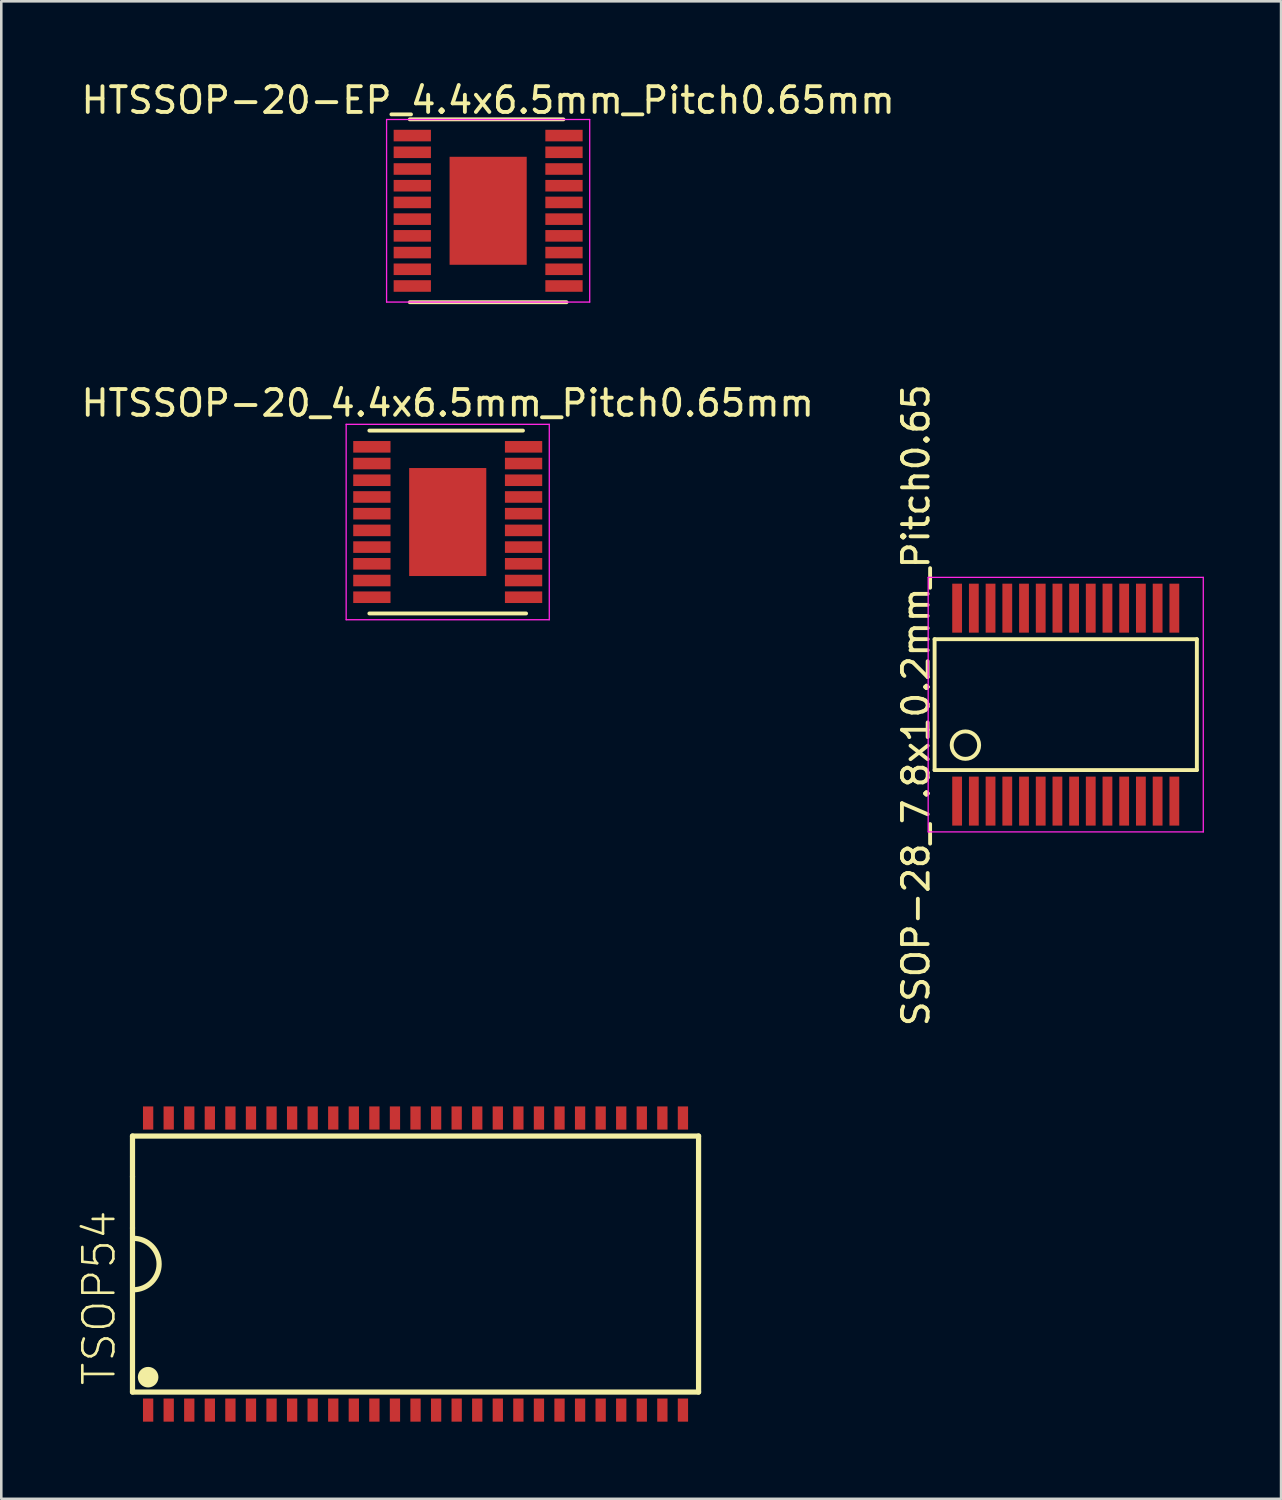
<source format=kicad_pcb>
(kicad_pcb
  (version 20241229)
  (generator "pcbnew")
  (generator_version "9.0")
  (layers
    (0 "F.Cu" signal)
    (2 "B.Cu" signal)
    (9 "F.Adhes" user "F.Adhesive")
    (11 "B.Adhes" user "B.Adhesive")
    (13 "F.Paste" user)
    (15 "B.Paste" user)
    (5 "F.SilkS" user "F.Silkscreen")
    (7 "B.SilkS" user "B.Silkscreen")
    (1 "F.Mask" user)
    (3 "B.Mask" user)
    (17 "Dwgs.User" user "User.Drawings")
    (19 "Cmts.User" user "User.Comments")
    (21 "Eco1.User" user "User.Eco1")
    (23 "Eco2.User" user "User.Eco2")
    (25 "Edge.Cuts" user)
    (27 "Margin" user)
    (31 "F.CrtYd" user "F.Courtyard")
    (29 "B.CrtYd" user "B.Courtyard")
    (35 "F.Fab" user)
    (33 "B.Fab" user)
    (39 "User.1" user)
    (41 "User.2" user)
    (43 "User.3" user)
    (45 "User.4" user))
  (footprint "HTSSOP-20_4.4x6.5mm_Pitch0.65mm"
    (layer "F.Cu")
    (at 14.363 17.253)
    (property "Reference" "HTSSOP-20_4.4x6.5mm_Pitch0.65mm" (at 0 -4.625 0) (layer "F.SilkS") (effects (font (size 1 1) (thickness 0.15))))
    (attr smd)
    (fp_line (start -3.048 -3.556) (end 2.927 -3.556) (stroke (width 0.15) (type solid)) (layer "F.SilkS"))
    (fp_line (start -3.048 3.556) (end 3.048 3.556) (stroke (width 0.15) (type solid)) (layer "F.SilkS"))
    (fp_line (start -3.95 -3.8) (end -3.95 3.8) (stroke (width 0.05) (type solid)) (layer "F.CrtYd"))
    (fp_line (start -3.95 -3.8) (end 3.95 -3.8) (stroke (width 0.05) (type solid)) (layer "F.CrtYd"))
    (fp_line (start -3.95 3.8) (end 3.95 3.8) (stroke (width 0.05) (type solid)) (layer "F.CrtYd"))
    (fp_line (start 3.95 -3.8) (end 3.95 3.8) (stroke (width 0.05) (type solid)) (layer "F.CrtYd"))
    (pad "1" smd rect (at -2.95 -2.925) (size 1.45 0.45) (layers "F.Cu" "F.Mask" "F.Paste"))
    (pad "2" smd rect (at -2.95 -2.275) (size 1.45 0.45) (layers "F.Cu" "F.Mask" "F.Paste"))
    (pad "3" smd rect (at -2.95 -1.625) (size 1.45 0.45) (layers "F.Cu" "F.Mask" "F.Paste"))
    (pad "4" smd rect (at -2.95 -0.975) (size 1.45 0.45) (layers "F.Cu" "F.Mask" "F.Paste"))
    (pad "5" smd rect (at -2.95 -0.325) (size 1.45 0.45) (layers "F.Cu" "F.Mask" "F.Paste"))
    (pad "6" smd rect (at -2.95 0.325) (size 1.45 0.45) (layers "F.Cu" "F.Mask" "F.Paste"))
    (pad "7" smd rect (at -2.95 0.975) (size 1.45 0.45) (layers "F.Cu" "F.Mask" "F.Paste"))
    (pad "8" smd rect (at -2.95 1.625) (size 1.45 0.45) (layers "F.Cu" "F.Mask" "F.Paste"))
    (pad "9" smd rect (at -2.95 2.275) (size 1.45 0.45) (layers "F.Cu" "F.Mask" "F.Paste"))
    (pad "10" smd rect (at -2.95 2.925) (size 1.45 0.45) (layers "F.Cu" "F.Mask" "F.Paste"))
    (pad "11" smd rect (at 2.95 2.925) (size 1.45 0.45) (layers "F.Cu" "F.Mask" "F.Paste"))
    (pad "12" smd rect (at 2.95 2.275) (size 1.45 0.45) (layers "F.Cu" "F.Mask" "F.Paste"))
    (pad "13" smd rect (at 2.95 1.625) (size 1.45 0.45) (layers "F.Cu" "F.Mask" "F.Paste"))
    (pad "14" smd rect (at 2.95 0.975) (size 1.45 0.45) (layers "F.Cu" "F.Mask" "F.Paste"))
    (pad "15" smd rect (at 2.95 0.325) (size 1.45 0.45) (layers "F.Cu" "F.Mask" "F.Paste"))
    (pad "16" smd rect (at 2.95 -0.325) (size 1.45 0.45) (layers "F.Cu" "F.Mask" "F.Paste"))
    (pad "17" smd rect (at 2.95 -0.975) (size 1.45 0.45) (layers "F.Cu" "F.Mask" "F.Paste"))
    (pad "18" smd rect (at 2.95 -1.625) (size 1.45 0.45) (layers "F.Cu" "F.Mask" "F.Paste"))
    (pad "19" smd rect (at 2.95 -2.275) (size 1.45 0.45) (layers "F.Cu" "F.Mask" "F.Paste"))
    (pad "20" smd rect (at 2.95 -2.925) (size 1.45 0.45) (layers "F.Cu" "F.Mask" "F.Paste"))
    (pad "PAD" smd rect (at 0 0) (size 3 4.2) (layers "F.Cu" "F.Mask" "F.Paste")))
  (footprint "TSOP54"
    (layer "F.Cu")
    (at 13.111 46.112)
    (property "Reference" "TSOP54" (at -11.6 4.8 90) (layer "F.SilkS") (effects (font (size 1.206 1.206) (thickness 0.102)) (justify left bottom)))
    (attr through_hole)
    (fp_line (start -11.008 -4.978) (end -11.008 -3.4) (stroke (width 0.203) (type solid)) (layer "F.SilkS"))
    (fp_line (start -11.008 -3.4) (end -11.008 -1.4) (stroke (width 0.203) (type solid)) (layer "F.SilkS"))
    (fp_line (start -11.008 -1.4) (end -11.008 4.978) (stroke (width 0.203) (type solid)) (layer "F.SilkS"))
    (fp_line (start -11.008 4.978) (end 11.008 4.978) (stroke (width 0.203) (type solid)) (layer "F.SilkS"))
    (fp_line (start 11.008 -4.978) (end -11.008 -4.978) (stroke (width 0.203) (type solid)) (layer "F.SilkS"))
    (fp_line (start 11.008 4.978) (end 11.008 -4.978) (stroke (width 0.203) (type solid)) (layer "F.SilkS"))
    (fp_arc (start -10.9728 -1) (mid -9.9728 0) (end -10.9728 1) (stroke (width 0.2032) (type solid)) (layer "F.SilkS"))
    (fp_circle (center -10.4 4.4) (end -10 4.4) (stroke (width 0) (type solid)) (fill yes) (layer "F.SilkS"))
    (pad "1" smd rect (at -10.4 5.68 90) (size 0.9 0.4) (layers "F.Cu" "F.Mask" "F.Paste"))
    (pad "2" smd rect (at -9.6 5.68 90) (size 0.9 0.4) (layers "F.Cu" "F.Mask" "F.Paste"))
    (pad "3" smd rect (at -8.8 5.68 90) (size 0.9 0.4) (layers "F.Cu" "F.Mask" "F.Paste"))
    (pad "4" smd rect (at -8 5.68 90) (size 0.9 0.4) (layers "F.Cu" "F.Mask" "F.Paste"))
    (pad "5" smd rect (at -7.2 5.68 90) (size 0.9 0.4) (layers "F.Cu" "F.Mask" "F.Paste"))
    (pad "6" smd rect (at -6.4 5.68 90) (size 0.9 0.4) (layers "F.Cu" "F.Mask" "F.Paste"))
    (pad "7" smd rect (at -5.6 5.68 90) (size 0.9 0.4) (layers "F.Cu" "F.Mask" "F.Paste"))
    (pad "8" smd rect (at -4.8 5.68 90) (size 0.9 0.4) (layers "F.Cu" "F.Mask" "F.Paste"))
    (pad "9" smd rect (at -4 5.68 90) (size 0.9 0.4) (layers "F.Cu" "F.Mask" "F.Paste"))
    (pad "10" smd rect (at -3.2 5.68 90) (size 0.9 0.4) (layers "F.Cu" "F.Mask" "F.Paste"))
    (pad "11" smd rect (at -2.4 5.68 90) (size 0.9 0.4) (layers "F.Cu" "F.Mask" "F.Paste"))
    (pad "12" smd rect (at -1.6 5.68 90) (size 0.9 0.4) (layers "F.Cu" "F.Mask" "F.Paste"))
    (pad "13" smd rect (at -0.8 5.68 90) (size 0.9 0.4) (layers "F.Cu" "F.Mask" "F.Paste"))
    (pad "14" smd rect (at 0 5.68 90) (size 0.9 0.4) (layers "F.Cu" "F.Mask" "F.Paste"))
    (pad "15" smd rect (at 0.8 5.68 90) (size 0.9 0.4) (layers "F.Cu" "F.Mask" "F.Paste"))
    (pad "16" smd rect (at 1.6 5.68 90) (size 0.9 0.4) (layers "F.Cu" "F.Mask" "F.Paste"))
    (pad "17" smd rect (at 2.4 5.68 90) (size 0.9 0.4) (layers "F.Cu" "F.Mask" "F.Paste"))
    (pad "18" smd rect (at 3.2 5.68 90) (size 0.9 0.4) (layers "F.Cu" "F.Mask" "F.Paste"))
    (pad "19" smd rect (at 4 5.68 90) (size 0.9 0.4) (layers "F.Cu" "F.Mask" "F.Paste"))
    (pad "20" smd rect (at 4.8 5.68 90) (size 0.9 0.4) (layers "F.Cu" "F.Mask" "F.Paste"))
    (pad "21" smd rect (at 5.6 5.68 90) (size 0.9 0.4) (layers "F.Cu" "F.Mask" "F.Paste"))
    (pad "22" smd rect (at 6.4 5.68 90) (size 0.9 0.4) (layers "F.Cu" "F.Mask" "F.Paste"))
    (pad "23" smd rect (at 7.2 5.68 90) (size 0.9 0.4) (layers "F.Cu" "F.Mask" "F.Paste"))
    (pad "24" smd rect (at 8 5.68 90) (size 0.9 0.4) (layers "F.Cu" "F.Mask" "F.Paste"))
    (pad "25" smd rect (at 8.8 5.68 90) (size 0.9 0.4) (layers "F.Cu" "F.Mask" "F.Paste"))
    (pad "26" smd rect (at 9.6 5.68 90) (size 0.9 0.4) (layers "F.Cu" "F.Mask" "F.Paste"))
    (pad "27" smd rect (at 10.4 5.68 90) (size 0.9 0.4) (layers "F.Cu" "F.Mask" "F.Paste"))
    (pad "28" smd rect (at 10.4 -5.68 270) (size 0.9 0.4) (layers "F.Cu" "F.Mask" "F.Paste"))
    (pad "29" smd rect (at 9.6 -5.68 90) (size 0.9 0.4) (layers "F.Cu" "F.Mask" "F.Paste"))
    (pad "30" smd rect (at 8.8 -5.68 90) (size 0.9 0.4) (layers "F.Cu" "F.Mask" "F.Paste"))
    (pad "31" smd rect (at 8 -5.68 90) (size 0.9 0.4) (layers "F.Cu" "F.Mask" "F.Paste"))
    (pad "32" smd rect (at 7.2 -5.68 90) (size 0.9 0.4) (layers "F.Cu" "F.Mask" "F.Paste"))
    (pad "33" smd rect (at 6.4 -5.68 90) (size 0.9 0.4) (layers "F.Cu" "F.Mask" "F.Paste"))
    (pad "34" smd rect (at 5.6 -5.68 90) (size 0.9 0.4) (layers "F.Cu" "F.Mask" "F.Paste"))
    (pad "35" smd rect (at 4.8 -5.68 90) (size 0.9 0.4) (layers "F.Cu" "F.Mask" "F.Paste"))
    (pad "36" smd rect (at 4 -5.68 90) (size 0.9 0.4) (layers "F.Cu" "F.Mask" "F.Paste"))
    (pad "37" smd rect (at 3.2 -5.68 90) (size 0.9 0.4) (layers "F.Cu" "F.Mask" "F.Paste"))
    (pad "38" smd rect (at 2.4 -5.68 90) (size 0.9 0.4) (layers "F.Cu" "F.Mask" "F.Paste"))
    (pad "39" smd rect (at 1.6 -5.68 90) (size 0.9 0.4) (layers "F.Cu" "F.Mask" "F.Paste"))
    (pad "40" smd rect (at 0.8 -5.68 90) (size 0.9 0.4) (layers "F.Cu" "F.Mask" "F.Paste"))
    (pad "41" smd rect (at 0 -5.68 90) (size 0.9 0.4) (layers "F.Cu" "F.Mask" "F.Paste"))
    (pad "42" smd rect (at -0.8 -5.68 90) (size 0.9 0.4) (layers "F.Cu" "F.Mask" "F.Paste"))
    (pad "43" smd rect (at -1.6 -5.68 90) (size 0.9 0.4) (layers "F.Cu" "F.Mask" "F.Paste"))
    (pad "44" smd rect (at -2.4 -5.68 90) (size 0.9 0.4) (layers "F.Cu" "F.Mask" "F.Paste"))
    (pad "45" smd rect (at -3.2 -5.68 90) (size 0.9 0.4) (layers "F.Cu" "F.Mask" "F.Paste"))
    (pad "46" smd rect (at -4 -5.68 90) (size 0.9 0.4) (layers "F.Cu" "F.Mask" "F.Paste"))
    (pad "47" smd rect (at -4.8 -5.68 90) (size 0.9 0.4) (layers "F.Cu" "F.Mask" "F.Paste"))
    (pad "48" smd rect (at -5.6 -5.68 90) (size 0.9 0.4) (layers "F.Cu" "F.Mask" "F.Paste"))
    (pad "49" smd rect (at -6.4 -5.68 90) (size 0.9 0.4) (layers "F.Cu" "F.Mask" "F.Paste"))
    (pad "50" smd rect (at -7.2 -5.68 90) (size 0.9 0.4) (layers "F.Cu" "F.Mask" "F.Paste"))
    (pad "51" smd rect (at -8 -5.68 90) (size 0.9 0.4) (layers "F.Cu" "F.Mask" "F.Paste"))
    (pad "52" smd rect (at -8.8 -5.68 90) (size 0.9 0.4) (layers "F.Cu" "F.Mask" "F.Paste"))
    (pad "53" smd rect (at -9.6 -5.68 90) (size 0.9 0.4) (layers "F.Cu" "F.Mask" "F.Paste"))
    (pad "54" smd rect (at -10.4 -5.68 90) (size 0.9 0.4) (layers "F.Cu" "F.Mask" "F.Paste")))
  (footprint "SSOP-28_7.8x10.2mm_Pitch0.65"
    (layer "F.Cu")
    (at 38.399 24.38)
    (property "Reference" "SSOP-28_7.8x10.2mm_Pitch0.65" (at -5.825 0 90) (layer "F.SilkS") (effects (font (size 1 1) (thickness 0.15))))
    (attr smd)
    (fp_line (start -5.1 -2.57) (end -5.1 2.52) (stroke (width 0.152) (type solid)) (layer "F.SilkS"))
    (fp_line (start -5.1 2.52) (end 5.1 2.52) (stroke (width 0.152) (type solid)) (layer "F.SilkS"))
    (fp_line (start 5.1 -2.57) (end -5.1 -2.57) (stroke (width 0.152) (type solid)) (layer "F.SilkS"))
    (fp_line (start 5.1 2.52) (end 5.1 -2.57) (stroke (width 0.152) (type solid)) (layer "F.SilkS"))
    (fp_circle (center -3.902 1.55) (end -3.902 1.016) (stroke (width 0.152) (type solid)) (fill no) (layer "F.SilkS"))
    (fp_line (start -5.35 -4.975) (end -5.35 4.925) (stroke (width 0.05) (type solid)) (layer "F.CrtYd"))
    (fp_line (start -5.35 4.925) (end 5.35 4.925) (stroke (width 0.05) (type solid)) (layer "F.CrtYd"))
    (fp_line (start 5.35 -4.975) (end -5.35 -4.975) (stroke (width 0.05) (type solid)) (layer "F.CrtYd"))
    (fp_line (start 5.35 4.925) (end 5.35 -4.975) (stroke (width 0.05) (type solid)) (layer "F.CrtYd"))
    (pad "1" smd rect (at -4.224 3.727 90) (size 1.905 0.381) (layers "F.Cu" "F.Mask" "F.Paste"))
    (pad "2" smd rect (at -3.574 3.727 90) (size 1.905 0.381) (layers "F.Cu" "F.Mask" "F.Paste"))
    (pad "3" smd rect (at -2.924 3.727 90) (size 1.905 0.381) (layers "F.Cu" "F.Mask" "F.Paste"))
    (pad "4" smd rect (at -2.273 3.727 90) (size 1.905 0.381) (layers "F.Cu" "F.Mask" "F.Paste"))
    (pad "5" smd rect (at -1.623 3.727 90) (size 1.905 0.381) (layers "F.Cu" "F.Mask" "F.Paste"))
    (pad "6" smd rect (at -0.973 3.727 90) (size 1.905 0.381) (layers "F.Cu" "F.Mask" "F.Paste"))
    (pad "7" smd rect (at -0.323 3.727 90) (size 1.905 0.381) (layers "F.Cu" "F.Mask" "F.Paste"))
    (pad "8" smd rect (at 0.325 3.727 90) (size 1.905 0.381) (layers "F.Cu" "F.Mask" "F.Paste"))
    (pad "9" smd rect (at 0.973 3.727 90) (size 1.905 0.381) (layers "F.Cu" "F.Mask" "F.Paste"))
    (pad "10" smd rect (at 1.623 3.727 90) (size 1.905 0.381) (layers "F.Cu" "F.Mask" "F.Paste"))
    (pad "11" smd rect (at 2.273 3.727 90) (size 1.905 0.381) (layers "F.Cu" "F.Mask" "F.Paste"))
    (pad "12" smd rect (at 2.923 3.727 90) (size 1.905 0.381) (layers "F.Cu" "F.Mask" "F.Paste"))
    (pad "13" smd rect (at 3.574 3.727 90) (size 1.905 0.381) (layers "F.Cu" "F.Mask" "F.Paste"))
    (pad "14" smd rect (at 4.224 3.727 90) (size 1.905 0.381) (layers "F.Cu" "F.Mask" "F.Paste"))
    (pad "15" smd rect (at 4.224 -3.777 90) (size 1.905 0.381) (layers "F.Cu" "F.Mask" "F.Paste"))
    (pad "16" smd rect (at 3.574 -3.777 90) (size 1.905 0.381) (layers "F.Cu" "F.Mask" "F.Paste"))
    (pad "17" smd rect (at 2.923 -3.777 90) (size 1.905 0.381) (layers "F.Cu" "F.Mask" "F.Paste"))
    (pad "18" smd rect (at 2.273 -3.777 90) (size 1.905 0.381) (layers "F.Cu" "F.Mask" "F.Paste"))
    (pad "19" smd rect (at 1.623 -3.777 90) (size 1.905 0.381) (layers "F.Cu" "F.Mask" "F.Paste"))
    (pad "20" smd rect (at 0.973 -3.777 90) (size 1.905 0.381) (layers "F.Cu" "F.Mask" "F.Paste"))
    (pad "21" smd rect (at 0.325 -3.777 90) (size 1.905 0.381) (layers "F.Cu" "F.Mask" "F.Paste"))
    (pad "22" smd rect (at -0.323 -3.777 90) (size 1.905 0.381) (layers "F.Cu" "F.Mask" "F.Paste"))
    (pad "23" smd rect (at -0.973 -3.777 90) (size 1.905 0.381) (layers "F.Cu" "F.Mask" "F.Paste"))
    (pad "24" smd rect (at -1.623 -3.777 90) (size 1.905 0.381) (layers "F.Cu" "F.Mask" "F.Paste"))
    (pad "25" smd rect (at -2.273 -3.777 90) (size 1.905 0.381) (layers "F.Cu" "F.Mask" "F.Paste"))
    (pad "26" smd rect (at -2.924 -3.777 90) (size 1.905 0.381) (layers "F.Cu" "F.Mask" "F.Paste"))
    (pad "27" smd rect (at -3.574 -3.777 90) (size 1.905 0.381) (layers "F.Cu" "F.Mask" "F.Paste"))
    (pad "28" smd rect (at -4.224 -3.777 90) (size 1.905 0.381) (layers "F.Cu" "F.Mask" "F.Paste")))
  (footprint "HTSSOP-20-EP_4.4x6.5mm_Pitch0.65mm"
    (layer "F.Cu")
    (at 15.935 5.148)
    (property "Reference" "HTSSOP-20-EP_4.4x6.5mm_Pitch0.65mm" (at 0 -4.3 0) (layer "F.SilkS") (effects (font (size 1 1) (thickness 0.15))))
    (attr smd)
    (fp_line (start -3.048 -3.556) (end 2.927 -3.556) (stroke (width 0.15) (type solid)) (layer "F.SilkS"))
    (fp_line (start -3.048 3.556) (end 3.048 3.556) (stroke (width 0.15) (type solid)) (layer "F.SilkS"))
    (fp_line (start -3.95 -3.55) (end -3.95 3.55) (stroke (width 0.05) (type solid)) (layer "F.CrtYd"))
    (fp_line (start -3.95 -3.55) (end 3.95 -3.55) (stroke (width 0.05) (type solid)) (layer "F.CrtYd"))
    (fp_line (start -3.95 3.55) (end 3.95 3.55) (stroke (width 0.05) (type solid)) (layer "F.CrtYd"))
    (fp_line (start 3.95 -3.55) (end 3.95 3.55) (stroke (width 0.05) (type solid)) (layer "F.CrtYd"))
    (pad "1" smd rect (at -2.95 -2.925) (size 1.45 0.45) (layers "F.Cu" "F.Mask" "F.Paste"))
    (pad "2" smd rect (at -2.95 -2.275) (size 1.45 0.45) (layers "F.Cu" "F.Mask" "F.Paste"))
    (pad "3" smd rect (at -2.95 -1.625) (size 1.45 0.45) (layers "F.Cu" "F.Mask" "F.Paste"))
    (pad "4" smd rect (at -2.95 -0.975) (size 1.45 0.45) (layers "F.Cu" "F.Mask" "F.Paste"))
    (pad "5" smd rect (at -2.95 -0.325) (size 1.45 0.45) (layers "F.Cu" "F.Mask" "F.Paste"))
    (pad "6" smd rect (at -2.95 0.325) (size 1.45 0.45) (layers "F.Cu" "F.Mask" "F.Paste"))
    (pad "7" smd rect (at -2.95 0.975) (size 1.45 0.45) (layers "F.Cu" "F.Mask" "F.Paste"))
    (pad "8" smd rect (at -2.95 1.625) (size 1.45 0.45) (layers "F.Cu" "F.Mask" "F.Paste"))
    (pad "9" smd rect (at -2.95 2.275) (size 1.45 0.45) (layers "F.Cu" "F.Mask" "F.Paste"))
    (pad "10" smd rect (at -2.95 2.925) (size 1.45 0.45) (layers "F.Cu" "F.Mask" "F.Paste"))
    (pad "11" smd rect (at 2.95 2.925) (size 1.45 0.45) (layers "F.Cu" "F.Mask" "F.Paste"))
    (pad "12" smd rect (at 2.95 2.275) (size 1.45 0.45) (layers "F.Cu" "F.Mask" "F.Paste"))
    (pad "13" smd rect (at 2.95 1.625) (size 1.45 0.45) (layers "F.Cu" "F.Mask" "F.Paste"))
    (pad "14" smd rect (at 2.95 0.975) (size 1.45 0.45) (layers "F.Cu" "F.Mask" "F.Paste"))
    (pad "15" smd rect (at 2.95 0.325) (size 1.45 0.45) (layers "F.Cu" "F.Mask" "F.Paste"))
    (pad "16" smd rect (at 2.95 -0.325) (size 1.45 0.45) (layers "F.Cu" "F.Mask" "F.Paste"))
    (pad "17" smd rect (at 2.95 -0.975) (size 1.45 0.45) (layers "F.Cu" "F.Mask" "F.Paste"))
    (pad "18" smd rect (at 2.95 -1.625) (size 1.45 0.45) (layers "F.Cu" "F.Mask" "F.Paste"))
    (pad "19" smd rect (at 2.95 -2.275) (size 1.45 0.45) (layers "F.Cu" "F.Mask" "F.Paste"))
    (pad "20" smd rect (at 2.95 -2.925) (size 1.45 0.45) (layers "F.Cu" "F.Mask" "F.Paste"))
    (pad "PAD" smd rect (at 0 0) (size 3 4.2) (layers "F.Cu" "F.Mask" "F.Paste")))
  (gr_rect
    (start -3 -3)
    (end 46.774 55.242)
    (stroke (width 0.1) (type default))
    (fill no)
    (layer "Edge.Cuts")))
</source>
